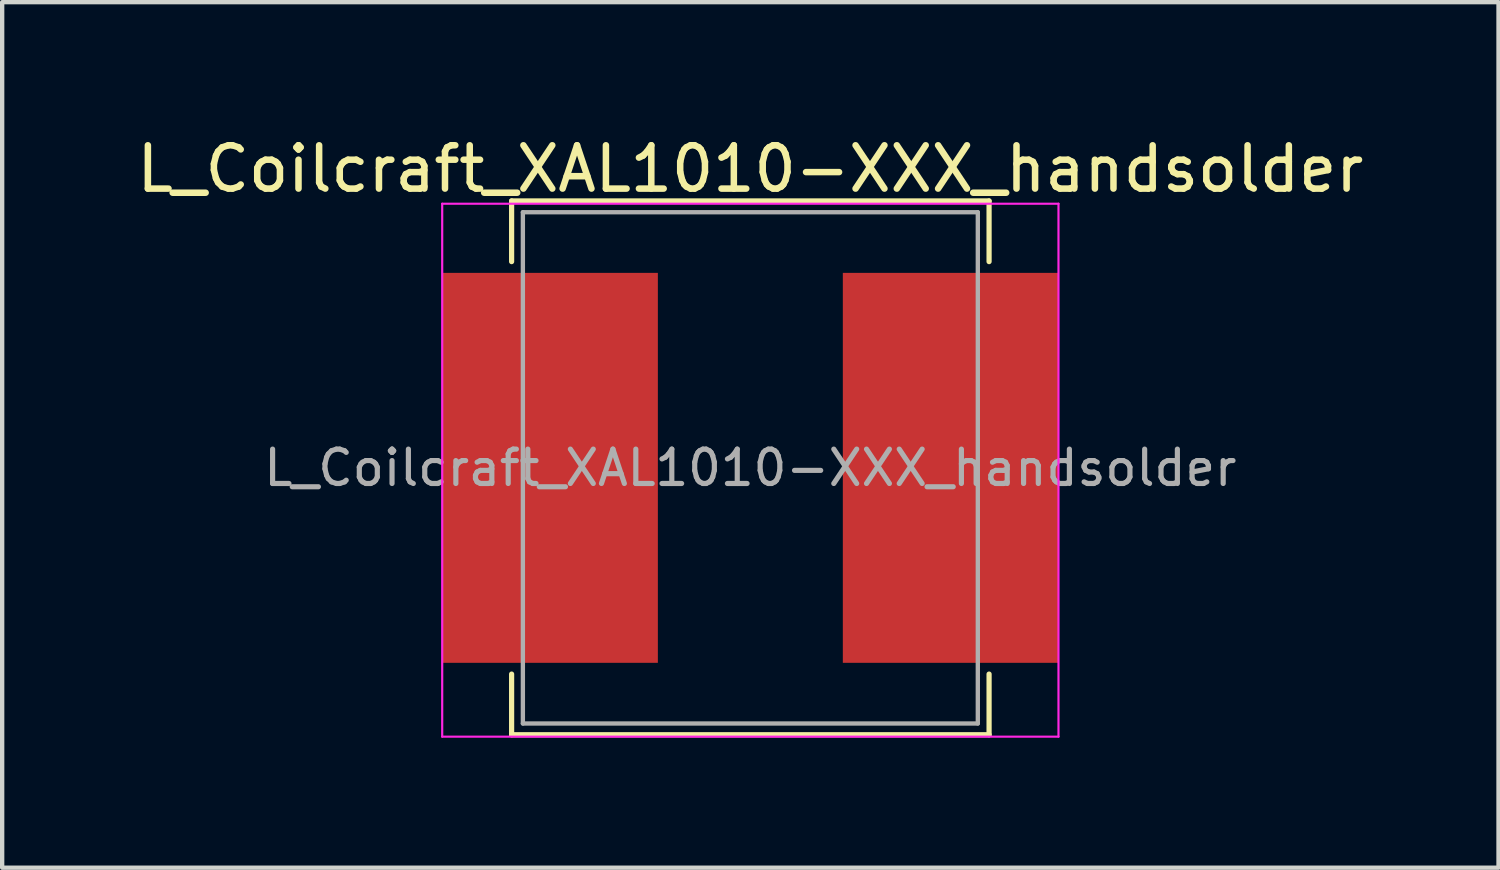
<source format=kicad_pcb>
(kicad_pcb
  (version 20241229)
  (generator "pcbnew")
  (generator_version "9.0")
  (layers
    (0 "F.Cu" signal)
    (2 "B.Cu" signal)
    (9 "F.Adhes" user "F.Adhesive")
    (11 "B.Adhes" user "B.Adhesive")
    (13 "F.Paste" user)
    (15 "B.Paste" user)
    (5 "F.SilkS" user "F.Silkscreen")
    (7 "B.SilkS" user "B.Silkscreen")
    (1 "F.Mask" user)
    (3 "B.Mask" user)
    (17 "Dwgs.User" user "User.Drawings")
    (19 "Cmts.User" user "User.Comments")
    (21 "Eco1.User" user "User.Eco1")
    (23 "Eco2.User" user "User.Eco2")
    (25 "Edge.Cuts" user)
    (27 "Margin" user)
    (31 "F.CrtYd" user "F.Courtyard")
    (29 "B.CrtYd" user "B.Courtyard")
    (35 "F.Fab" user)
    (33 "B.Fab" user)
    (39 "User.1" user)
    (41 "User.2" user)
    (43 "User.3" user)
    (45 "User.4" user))
  (footprint "L_Coilcraft_XAL1010-XXX_handsolder"
    (layer "F.Cu")
    (at 14.268 7.748)
    (property "Reference" "L_Coilcraft_XAL1010-XXX_handsolder" (at 0 -6.9 0) (layer "F.SilkS") (effects (font (size 1 1) (thickness 0.15))))
    (attr smd)
    (fp_line (start -5.51 -6.16) (end -5.51 -4.76) (stroke (width 0.12) (type solid)) (layer "F.SilkS"))
    (fp_line (start -5.51 -6.16) (end 5.51 -6.16) (stroke (width 0.12) (type solid)) (layer "F.SilkS"))
    (fp_line (start -5.51 6.16) (end -5.51 4.76) (stroke (width 0.12) (type solid)) (layer "F.SilkS"))
    (fp_line (start -5.51 6.16) (end 5.51 6.16) (stroke (width 0.12) (type solid)) (layer "F.SilkS"))
    (fp_line (start 5.51 -6.16) (end 5.51 -4.76) (stroke (width 0.12) (type solid)) (layer "F.SilkS"))
    (fp_line (start 5.51 6.16) (end 5.51 4.76) (stroke (width 0.12) (type solid)) (layer "F.SilkS"))
    (fp_line (start -7.112 -6.096) (end -7.112 6.204) (stroke (width 0.05) (type solid)) (layer "F.CrtYd"))
    (fp_line (start -7.112 6.204) (end 7.112 6.204) (stroke (width 0.05) (type solid)) (layer "F.CrtYd"))
    (fp_line (start 7.112 -6.096) (end -7.112 -6.096) (stroke (width 0.05) (type solid)) (layer "F.CrtYd"))
    (fp_line (start 7.112 6.204) (end 7.112 -6.096) (stroke (width 0.05) (type solid)) (layer "F.CrtYd"))
    (fp_line (start -5.25 -5.9) (end -5.25 5.9) (stroke (width 0.1) (type solid)) (layer "F.Fab"))
    (fp_line (start -5.25 5.9) (end 5.25 5.9) (stroke (width 0.1) (type solid)) (layer "F.Fab"))
    (fp_line (start 5.25 -5.9) (end -5.25 -5.9) (stroke (width 0.1) (type solid)) (layer "F.Fab"))
    (fp_line (start 5.25 5.9) (end 5.25 -5.9) (stroke (width 0.1) (type solid)) (layer "F.Fab"))
    (fp_text user "${REFERENCE}" (at 0 0 0) (layer "F.Fab") (effects (font (size 0.793 0.793) (thickness 0.119))))
    (pad "1" smd rect (at -4.623 0) (size 4.977 9) (layers "F.Cu" "F.Mask" "F.Paste"))
    (pad "2" smd rect (at 4.623 0) (size 4.977 9) (layers "F.Cu" "F.Mask" "F.Paste")))
  (gr_rect
    (start -3 -3)
    (end 31.536 16.977)
    (stroke (width 0.1) (type default))
    (fill no)
    (layer "Edge.Cuts")))
</source>
